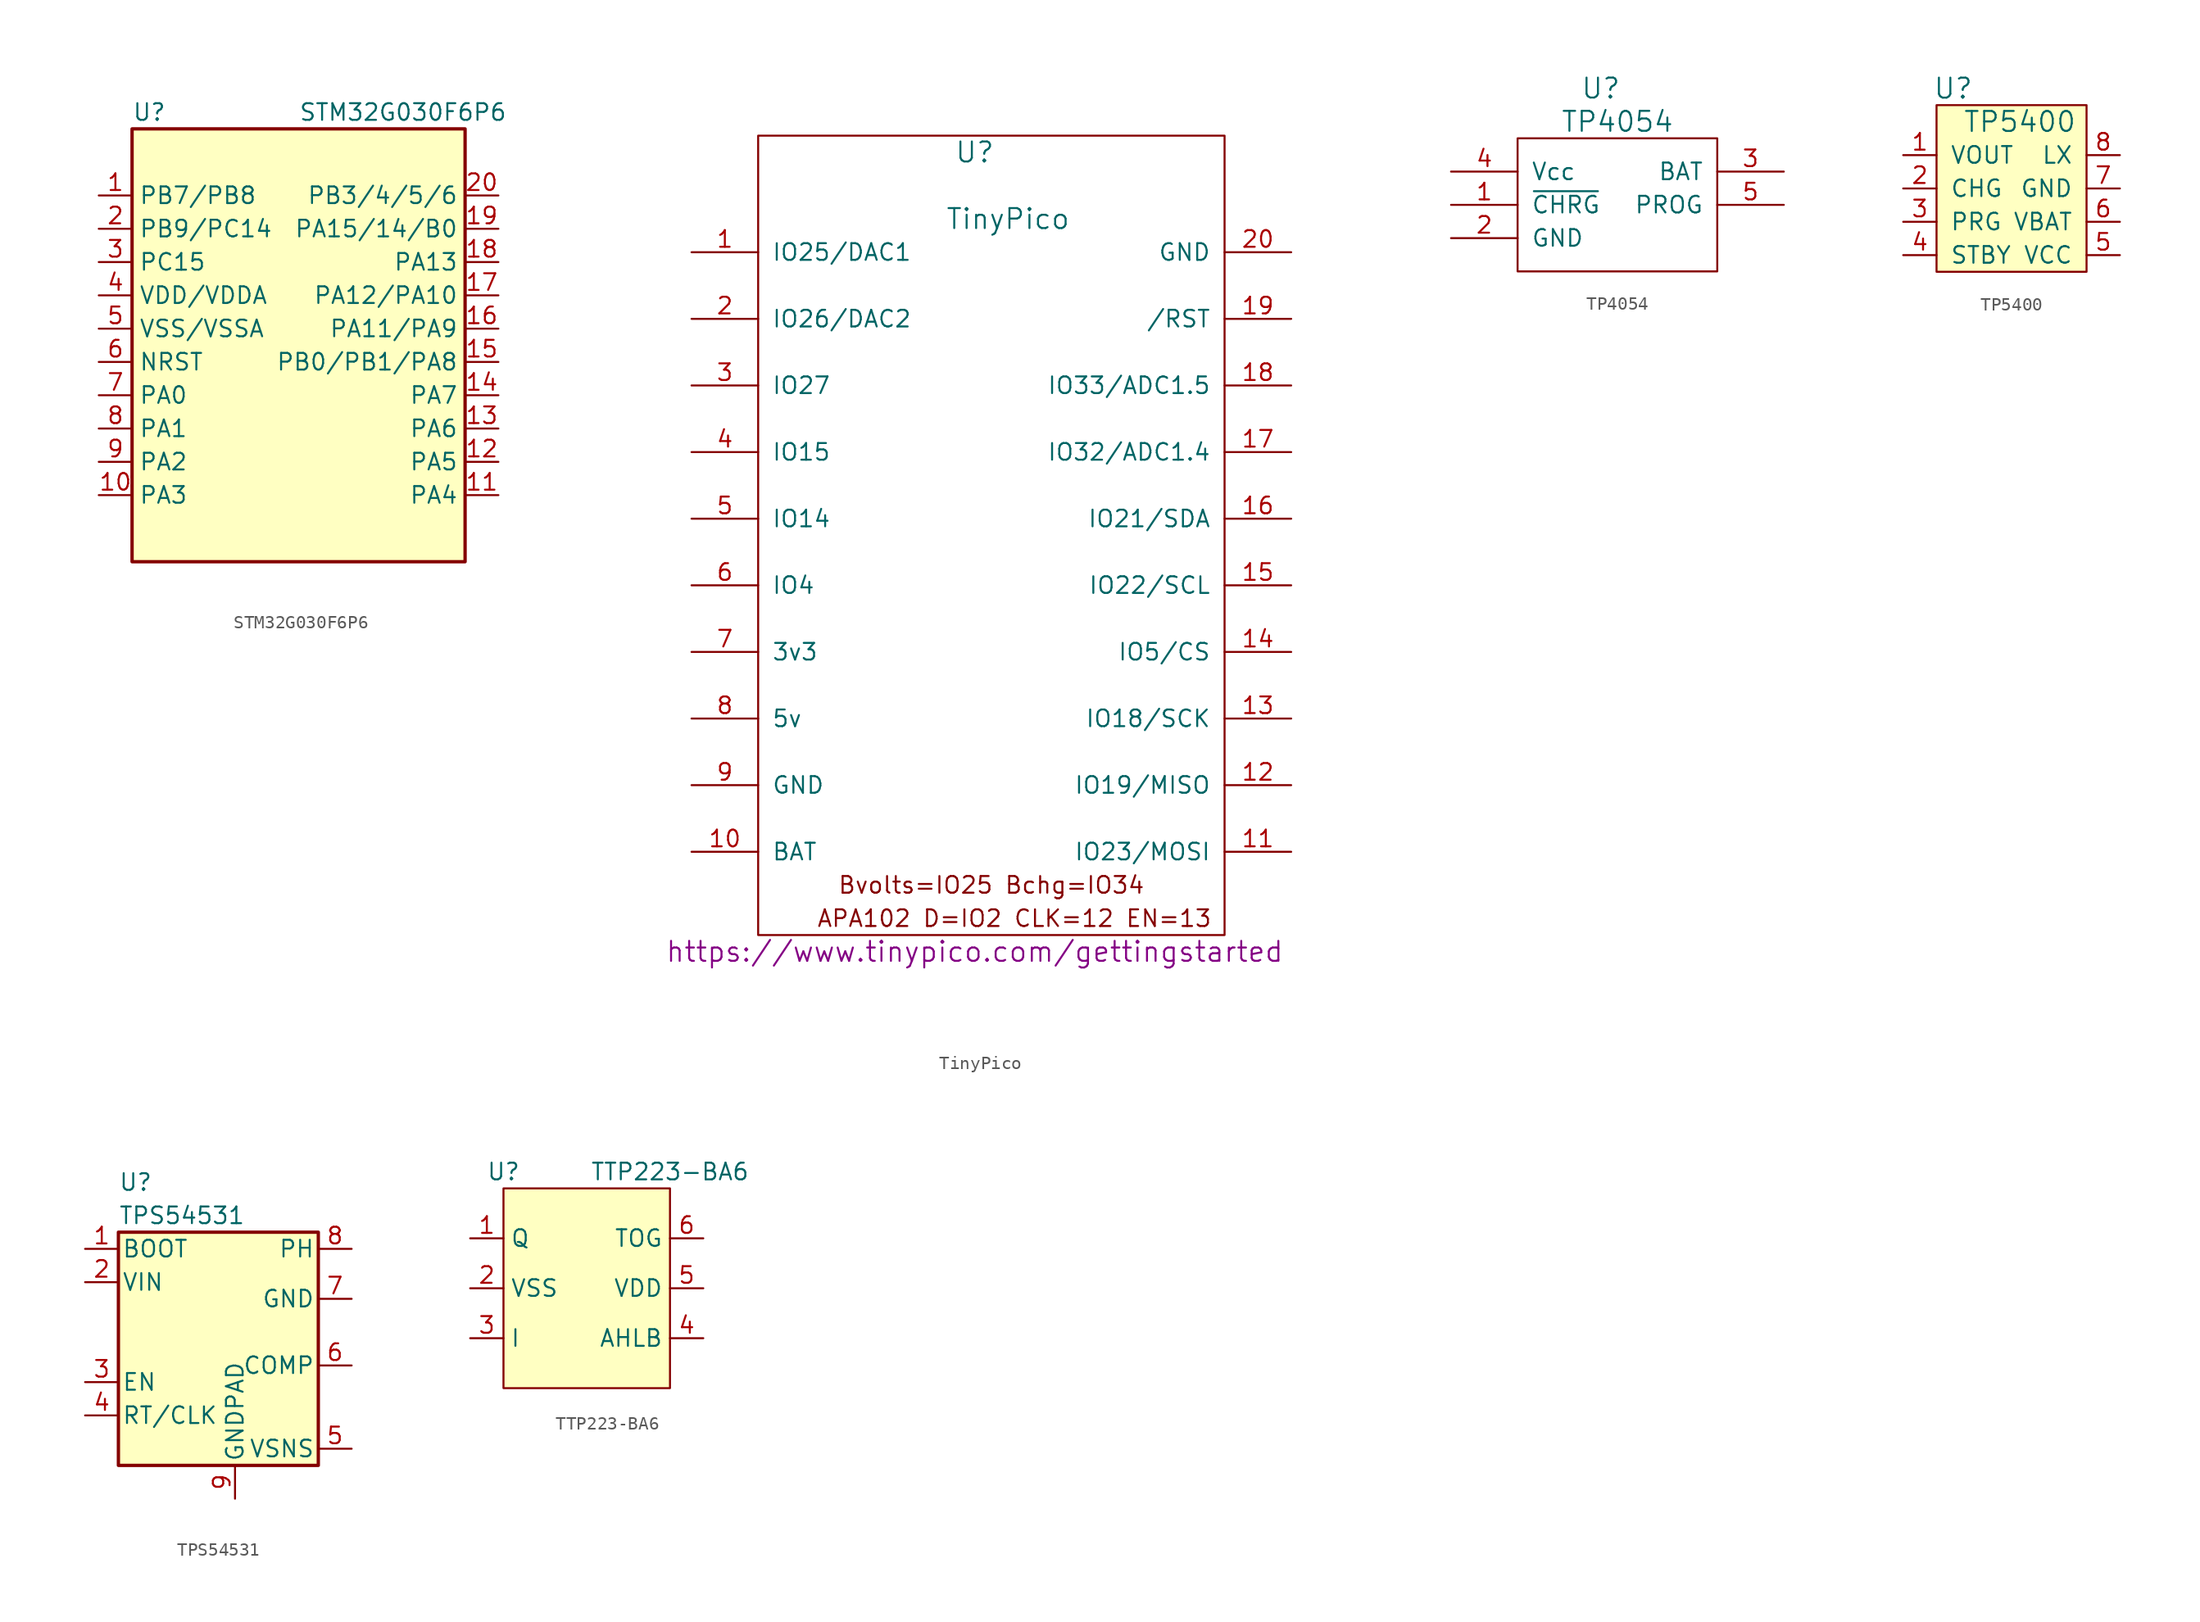
<source format=kicad_sym>
(kicad_symbol_lib
  (version 20231120)
  (generator "kicad_symbol_editor")
  (generator_version "8.0")
  (symbol "STM32G030F6P6"
    (property "Reference" "U"
      (at -12.7 16.51 0)
      (effects (font (size 1.27 1.27)) (justify left)))
    (property "Value" "STM32G030F6P6"
      (at 0 16.51 0)
      (effects (font (size 1.27 1.27)) (justify left)))
    (symbol "STM32G030F6P6_0_1"
      (rectangle (start -12.7 -17.78) (end 12.7 15.24) (stroke (width 0.254) (type default)) (fill (type background))))
    (symbol "STM32G030F6P6_1_1"
      (pin bidirectional line (at -15.24 10.16 0) (length 2.54) (name "PB7/PB8" (effects (font (size 1.27 1.27)))) (number "1" (effects (font (size 1.27 1.27)))))
      (pin bidirectional line (at -15.24 -12.7 0) (length 2.54) (name "PA3" (effects (font (size 1.27 1.27)))) (number "10" (effects (font (size 1.27 1.27)))))
      (pin bidirectional line (at 15.24 -12.7 180) (length 2.54) (name "PA4" (effects (font (size 1.27 1.27)))) (number "11" (effects (font (size 1.27 1.27)))))
      (pin bidirectional line (at 15.24 -10.16 180) (length 2.54) (name "PA5" (effects (font (size 1.27 1.27)))) (number "12" (effects (font (size 1.27 1.27)))))
      (pin bidirectional line (at 15.24 -7.62 180) (length 2.54) (name "PA6" (effects (font (size 1.27 1.27)))) (number "13" (effects (font (size 1.27 1.27)))))
      (pin bidirectional line (at 15.24 -5.08 180) (length 2.54) (name "PA7" (effects (font (size 1.27 1.27)))) (number "14" (effects (font (size 1.27 1.27)))))
      (pin power_in line (at 15.24 -2.54 180) (length 2.54) (name "PB0/PB1/PA8" (effects (font (size 1.27 1.27)))) (number "15" (effects (font (size 1.27 1.27)))))
      (pin power_in line (at 15.24 0 180) (length 2.54) (name "PA11/PA9" (effects (font (size 1.27 1.27)))) (number "16" (effects (font (size 1.27 1.27)))))
      (pin bidirectional line (at 15.24 2.54 180) (length 2.54) (name "PA12/PA10" (effects (font (size 1.27 1.27)))) (number "17" (effects (font (size 1.27 1.27)))))
      (pin bidirectional line (at 15.24 5.08 180) (length 2.54) (name "PA13" (effects (font (size 1.27 1.27)))) (number "18" (effects (font (size 1.27 1.27)))))
      (pin bidirectional line (at 15.24 7.62 180) (length 2.54) (name "PA15/14/B0" (effects (font (size 1.27 1.27)))) (number "19" (effects (font (size 1.27 1.27)))))
      (pin input line (at -15.24 7.62 0) (length 2.54) (name "PB9/PC14" (effects (font (size 1.27 1.27)))) (number "2" (effects (font (size 1.27 1.27)))))
      (pin bidirectional line (at 15.24 10.16 180) (length 2.54) (name "PB3/4/5/6" (effects (font (size 1.27 1.27)))) (number "20" (effects (font (size 1.27 1.27)))))
      (pin input line (at -15.24 5.08 0) (length 2.54) (name "PC15" (effects (font (size 1.27 1.27)))) (number "3" (effects (font (size 1.27 1.27)))))
      (pin input line (at -15.24 2.54 0) (length 2.54) (name "VDD/VDDA" (effects (font (size 1.27 1.27)))) (number "4" (effects (font (size 1.27 1.27)))))
      (pin power_in line (at -15.24 0 0) (length 2.54) (name "VSS/VSSA" (effects (font (size 1.27 1.27)))) (number "5" (effects (font (size 1.27 1.27)))))
      (pin bidirectional line (at -15.24 -2.54 0) (length 2.54) (name "NRST" (effects (font (size 1.27 1.27)))) (number "6" (effects (font (size 1.27 1.27)))))
      (pin bidirectional line (at -15.24 -5.08 0) (length 2.54) (name "PA0" (effects (font (size 1.27 1.27)))) (number "7" (effects (font (size 1.27 1.27)))))
      (pin bidirectional line (at -15.24 -7.62 0) (length 2.54) (name "PA1" (effects (font (size 1.27 1.27)))) (number "8" (effects (font (size 1.27 1.27)))))
      (pin bidirectional line (at -15.24 -10.16 0) (length 2.54) (name "PA2" (effects (font (size 1.27 1.27)))) (number "9" (effects (font (size 1.27 1.27)))))))
  (symbol "TinyPico"
    (pin_names
      (offset 1.016))
    (property "Reference" "U"
      (at 11.43 -26.67 0)
      (effects (font (size 1.524 1.524))))
    (property "Value" "TinyPico"
      (at 13.97 -31.75 0)
      (effects (font (size 1.524 1.524))))
    (property "Footprint" ""
      (at -11.43 -31.75 0)
      (effects (font (size 1.524 1.524))))
    (property "Datasheet" "https://www.tinypico.com/gettingstarted"
      (at 11.43 -87.63 0)
      (effects (font (size 1.524 1.524))))
    (symbol "TinyPico_0_0"
      (text " APA102 D=IO2 CLK=12 EN=13" (at 13.97 -85.09 0) (effects (font (size 1.27 1.27))))
      (text "Bvolts=IO25 Bchg=IO34" (at 12.7 -82.55 0) (effects (font (size 1.27 1.27)))))
    (symbol "TinyPico_0_1"
      (rectangle (start 30.48 -86.36) (end -5.08 -25.4) (stroke (width 0) (type default)) (fill (type none))))
    (symbol "TinyPico_1_1"
      (pin bidirectional line (at -10.16 -34.29 0) (length 5.08) (name "IO25/DAC1" (effects (font (size 1.27 1.27)))) (number "1" (effects (font (size 1.27 1.27)))))
      (pin power_in line (at -10.16 -80.01 0) (length 5.08) (name "BAT" (effects (font (size 1.27 1.27)))) (number "10" (effects (font (size 1.27 1.27)))))
      (pin bidirectional line (at 35.56 -80.01 180) (length 5.08) (name "IO23/MOSI" (effects (font (size 1.27 1.27)))) (number "11" (effects (font (size 1.27 1.27)))))
      (pin bidirectional line (at 35.56 -74.93 180) (length 5.08) (name "IO19/MISO" (effects (font (size 1.27 1.27)))) (number "12" (effects (font (size 1.27 1.27)))))
      (pin bidirectional line (at 35.56 -69.85 180) (length 5.08) (name "IO18/SCK" (effects (font (size 1.27 1.27)))) (number "13" (effects (font (size 1.27 1.27)))))
      (pin bidirectional line (at 35.56 -64.77 180) (length 5.08) (name "IO5/CS" (effects (font (size 1.27 1.27)))) (number "14" (effects (font (size 1.27 1.27)))))
      (pin bidirectional line (at 35.56 -59.69 180) (length 5.08) (name "IO22/SCL" (effects (font (size 1.27 1.27)))) (number "15" (effects (font (size 1.27 1.27)))))
      (pin bidirectional line (at 35.56 -54.61 180) (length 5.08) (name "IO21/SDA" (effects (font (size 1.27 1.27)))) (number "16" (effects (font (size 1.27 1.27)))))
      (pin bidirectional line (at 35.56 -49.53 180) (length 5.08) (name "IO32/ADC1.4" (effects (font (size 1.27 1.27)))) (number "17" (effects (font (size 1.27 1.27)))))
      (pin bidirectional line (at 35.56 -44.45 180) (length 5.08) (name "IO33/ADC1.5" (effects (font (size 1.27 1.27)))) (number "18" (effects (font (size 1.27 1.27)))))
      (pin input line (at 35.56 -39.37 180) (length 5.08) (name "/RST" (effects (font (size 1.27 1.27)))) (number "19" (effects (font (size 1.27 1.27)))))
      (pin bidirectional line (at -10.16 -39.37 0) (length 5.08) (name "IO26/DAC2" (effects (font (size 1.27 1.27)))) (number "2" (effects (font (size 1.27 1.27)))))
      (pin power_in line (at 35.56 -34.29 180) (length 5.08) (name "GND" (effects (font (size 1.27 1.27)))) (number "20" (effects (font (size 1.27 1.27)))))
      (pin bidirectional line (at -10.16 -44.45 0) (length 5.08) (name "IO27" (effects (font (size 1.27 1.27)))) (number "3" (effects (font (size 1.27 1.27)))))
      (pin bidirectional line (at -10.16 -49.53 0) (length 5.08) (name "IO15" (effects (font (size 1.27 1.27)))) (number "4" (effects (font (size 1.27 1.27)))))
      (pin bidirectional line (at -10.16 -54.61 0) (length 5.08) (name "IO14" (effects (font (size 1.27 1.27)))) (number "5" (effects (font (size 1.27 1.27)))))
      (pin bidirectional line (at -10.16 -59.69 0) (length 5.08) (name "IO4" (effects (font (size 1.27 1.27)))) (number "6" (effects (font (size 1.27 1.27)))))
      (pin power_in line (at -10.16 -64.77 0) (length 5.08) (name "3v3" (effects (font (size 1.27 1.27)))) (number "7" (effects (font (size 1.27 1.27)))))
      (pin power_in line (at -10.16 -69.85 0) (length 5.08) (name "5v" (effects (font (size 1.27 1.27)))) (number "8" (effects (font (size 1.27 1.27)))))
      (pin power_in line (at -10.16 -74.93 0) (length 5.08) (name "GND" (effects (font (size 1.27 1.27)))) (number "9" (effects (font (size 1.27 1.27)))))))
  (symbol "TP4054"
    (pin_names
      (offset 1.016))
    (property "Reference" "U"
      (at -3.81 0 0)
      (effects (font (size 1.524 1.524))))
    (property "Value" "TP4054"
      (at -2.54 -2.54 0)
      (effects (font (size 1.524 1.524))))
    (symbol "TP4054_0_1"
      (rectangle (start -10.16 -3.81) (end 5.08 -13.97) (stroke (width 0) (type default)) (fill (type none))))
    (symbol "TP4054_1_1"
      (pin input line (at -15.24 -8.89 0) (length 5.08) (name "~{CHRG}" (effects (font (size 1.27 1.27)))) (number "1" (effects (font (size 1.27 1.27)))))
      (pin input line (at -15.24 -11.43 0) (length 5.08) (name "GND" (effects (font (size 1.27 1.27)))) (number "2" (effects (font (size 1.27 1.27)))))
      (pin input line (at 10.16 -6.35 180) (length 5.08) (name "BAT" (effects (font (size 1.27 1.27)))) (number "3" (effects (font (size 1.27 1.27)))))
      (pin input line (at -15.24 -6.35 0) (length 5.08) (name "Vcc" (effects (font (size 1.27 1.27)))) (number "4" (effects (font (size 1.27 1.27)))))
      (pin input line (at 10.16 -8.89 180) (length 5.08) (name "PROG" (effects (font (size 1.27 1.27)))) (number "5" (effects (font (size 1.27 1.27)))))))
  (symbol "TP5400"
    (pin_names
      (offset 1.016))
    (property "Reference" "U"
      (at 2.54 7.62 0)
      (effects (font (size 1.524 1.524))))
    (property "Value" "TP5400"
      (at 7.62 5.08 0)
      (effects (font (size 1.524 1.524))))
    (symbol "TP5400_0_1"
      (rectangle (start 1.27 6.35) (end 12.7 -6.35) (stroke (width 0) (type default)) (fill (type background))))
    (symbol "TP5400_1_1"
      (pin power_out line (at -1.27 2.54 0) (length 2.54) (name "VOUT" (effects (font (size 1.27 1.27)))) (number "1" (effects (font (size 1.27 1.27)))))
      (pin input line (at -1.27 0 0) (length 2.54) (name "CHG" (effects (font (size 1.27 1.27)))) (number "2" (effects (font (size 1.27 1.27)))))
      (pin input line (at -1.27 -2.54 0) (length 2.54) (name "PRG" (effects (font (size 1.27 1.27)))) (number "3" (effects (font (size 1.27 1.27)))))
      (pin input line (at -1.27 -5.08 0) (length 2.54) (name "STBY" (effects (font (size 1.27 1.27)))) (number "4" (effects (font (size 1.27 1.27)))))
      (pin power_in line (at 15.24 -5.08 180) (length 2.54) (name "VCC" (effects (font (size 1.27 1.27)))) (number "5" (effects (font (size 1.27 1.27)))))
      (pin input line (at 15.24 -2.54 180) (length 2.54) (name "VBAT" (effects (font (size 1.27 1.27)))) (number "6" (effects (font (size 1.27 1.27)))))
      (pin power_in line (at 15.24 0 180) (length 2.54) (name "GND" (effects (font (size 1.27 1.27)))) (number "7" (effects (font (size 1.27 1.27)))))
      (pin input line (at 15.24 2.54 180) (length 2.54) (name "LX" (effects (font (size 1.27 1.27)))) (number "8" (effects (font (size 1.27 1.27)))))))
  (symbol "TPS54531"
    (pin_names
      (offset 0.254))
    (property "Reference" "U"
      (at -7.62 11.43 0)
      (effects (font (size 1.27 1.27)) (justify left)))
    (property "Value" "TPS54531"
      (at -7.62 8.89 0)
      (effects (font (size 1.27 1.27)) (justify left)))
    (symbol "TPS54531_0_1"
      (rectangle (start -7.62 7.62) (end 7.62 -10.16) (stroke (width 0.254) (type default)) (fill (type background))))
    (symbol "TPS54531_1_1"
      (pin input line (at -10.16 6.35 0) (length 2.54) (name "BOOT" (effects (font (size 1.27 1.27)))) (number "1" (effects (font (size 1.27 1.27)))))
      (pin power_in line (at -10.16 3.81 0) (length 2.54) (name "VIN" (effects (font (size 1.27 1.27)))) (number "2" (effects (font (size 1.27 1.27)))))
      (pin input line (at -10.16 -3.81 0) (length 2.54) (name "EN" (effects (font (size 1.27 1.27)))) (number "3" (effects (font (size 1.27 1.27)))))
      (pin input line (at -10.16 -6.35 0) (length 2.54) (name "RT/CLK" (effects (font (size 1.27 1.27)))) (number "4" (effects (font (size 1.27 1.27)))))
      (pin input line (at 10.16 -8.89 180) (length 2.54) (name "VSNS" (effects (font (size 1.27 1.27)))) (number "5" (effects (font (size 1.27 1.27)))))
      (pin passive line (at 10.16 -2.54 180) (length 2.54) (name "COMP" (effects (font (size 1.27 1.27)))) (number "6" (effects (font (size 1.27 1.27)))))
      (pin power_in line (at 10.16 2.54 180) (length 2.54) (name "GND" (effects (font (size 1.27 1.27)))) (number "7" (effects (font (size 1.27 1.27)))))
      (pin output line (at 10.16 6.35 180) (length 2.54) (name "PH" (effects (font (size 1.27 1.27)))) (number "8" (effects (font (size 1.27 1.27)))))
      (pin power_in line (at 1.27 -12.7 90) (length 2.54) (name "GNDPAD" (effects (font (size 1.27 1.27)))) (number "9" (effects (font (size 1.27 1.27)))))))
  (symbol "TTP223-BA6"
    (property "Reference" "U"
      (at -10.16 -1.27 0)
      (effects (font (size 1.27 1.27))))
    (property "Value" "TTP223-BA6"
      (at 2.54 -1.27 0)
      (effects (font (size 1.27 1.27))))
    (symbol "TTP223-BA6_0_1"
      (rectangle (start -10.16 -2.54) (end 2.54 -17.78) (stroke (width 0) (type default)) (fill (type background))))
    (symbol "TTP223-BA6_1_1"
      (pin output line (at -12.7 -6.35 0) (length 2.54) (name "Q" (effects (font (size 1.27 1.27)))) (number "1" (effects (font (size 1.27 1.27)))))
      (pin power_in line (at -12.7 -10.16 0) (length 2.54) (name "VSS" (effects (font (size 1.27 1.27)))) (number "2" (effects (font (size 1.27 1.27)))))
      (pin input line (at -12.7 -13.97 0) (length 2.54) (name "I" (effects (font (size 1.27 1.27)))) (number "3" (effects (font (size 1.27 1.27)))))
      (pin input line (at 5.08 -13.97 180) (length 2.54) (name "AHLB" (effects (font (size 1.27 1.27)))) (number "4" (effects (font (size 1.27 1.27)))))
      (pin power_in line (at 5.08 -10.16 180) (length 2.54) (name "VDD" (effects (font (size 1.27 1.27)))) (number "5" (effects (font (size 1.27 1.27)))))
      (pin input line (at 5.08 -6.35 180) (length 2.54) (name "TOG" (effects (font (size 1.27 1.27)))) (number "6" (effects (font (size 1.27 1.27))))))))
</source>
